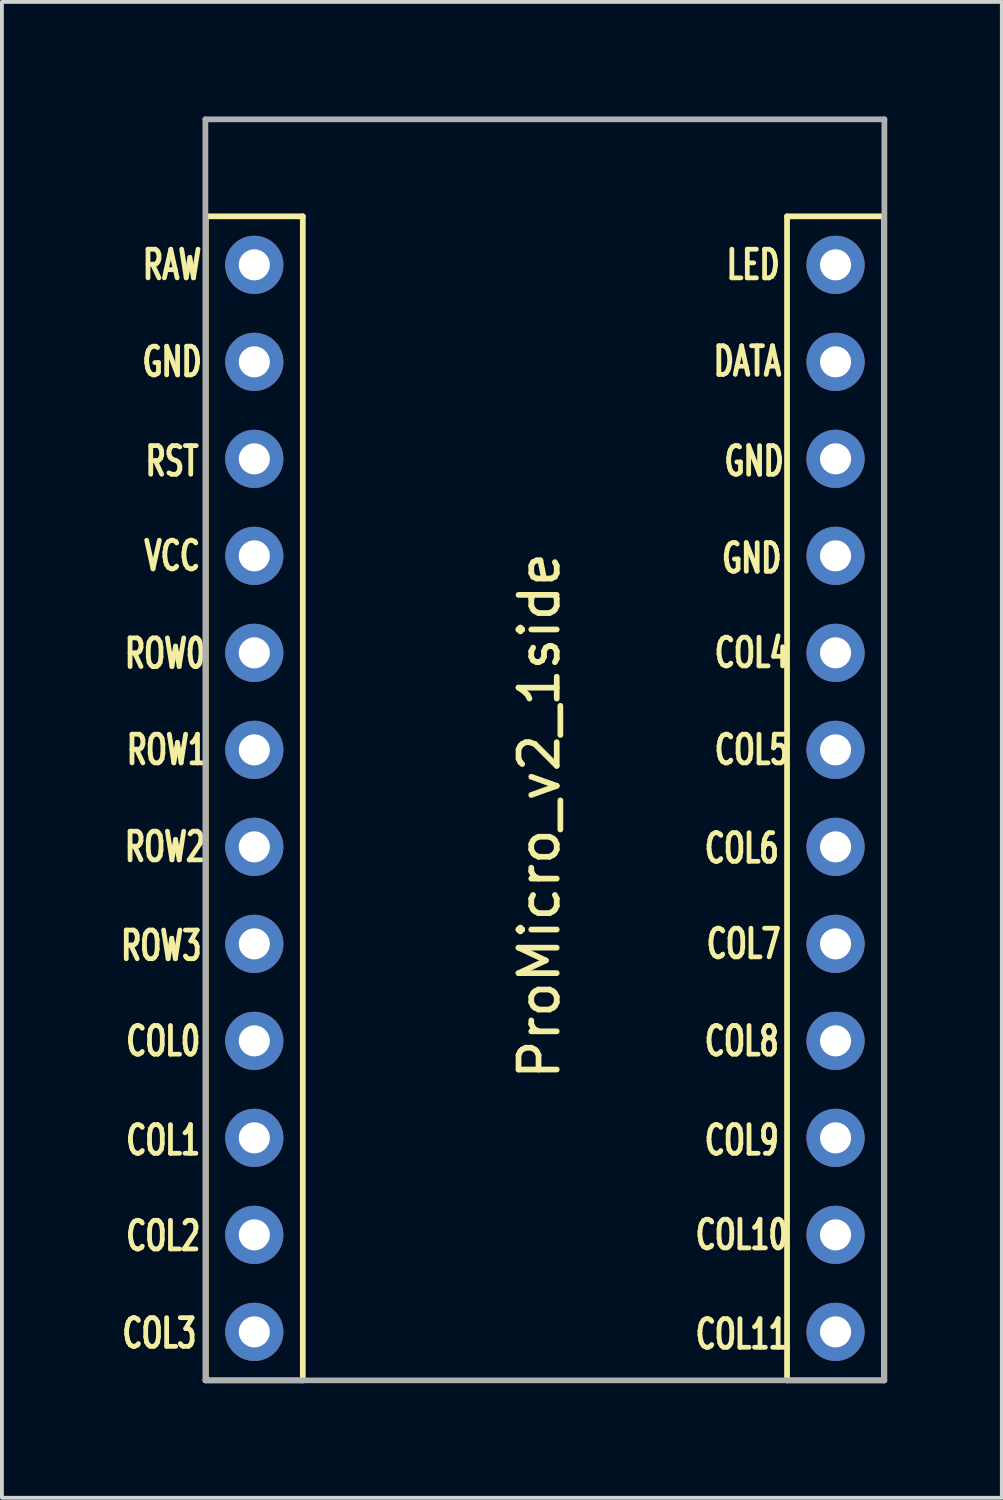
<source format=kicad_pcb>
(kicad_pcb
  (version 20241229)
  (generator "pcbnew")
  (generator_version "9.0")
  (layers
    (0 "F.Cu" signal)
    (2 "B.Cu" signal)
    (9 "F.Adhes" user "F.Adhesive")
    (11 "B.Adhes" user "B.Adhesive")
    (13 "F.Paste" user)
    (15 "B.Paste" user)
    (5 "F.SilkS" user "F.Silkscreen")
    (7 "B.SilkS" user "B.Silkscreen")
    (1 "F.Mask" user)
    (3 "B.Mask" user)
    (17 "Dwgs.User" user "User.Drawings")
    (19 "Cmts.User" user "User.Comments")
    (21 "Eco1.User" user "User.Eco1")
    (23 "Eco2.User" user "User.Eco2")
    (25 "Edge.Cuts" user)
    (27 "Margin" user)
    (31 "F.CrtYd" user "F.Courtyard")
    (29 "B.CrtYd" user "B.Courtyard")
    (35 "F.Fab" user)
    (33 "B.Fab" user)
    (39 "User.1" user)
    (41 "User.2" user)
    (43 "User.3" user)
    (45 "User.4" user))
  (footprint "ProMicro_v2_1side"
    (layer "F.Cu")
    (at 11.173 18.363)
    (property "Reference" "ProMicro_v2_1side" (at -0.1 -0.05 270) (layer "F.SilkS") (effects (font (size 1 1) (thickness 0.15))))
    (attr through_hole)
    (fp_line (start -8.834 -15.748) (end -6.294 -15.748) (stroke (width 0.15) (type solid)) (layer "F.SilkS"))
    (fp_line (start -8.834 14.732) (end -8.834 -15.748) (stroke (width 0.15) (type solid)) (layer "F.SilkS"))
    (fp_line (start -6.294 -15.748) (end -6.294 14.732) (stroke (width 0.15) (type solid)) (layer "F.SilkS"))
    (fp_line (start -6.294 14.732) (end -8.834 14.732) (stroke (width 0.15) (type solid)) (layer "F.SilkS"))
    (fp_line (start 6.386 -15.748) (end 8.926 -15.748) (stroke (width 0.15) (type solid)) (layer "F.SilkS"))
    (fp_line (start 6.386 14.732) (end 6.386 -15.748) (stroke (width 0.15) (type solid)) (layer "F.SilkS"))
    (fp_line (start 8.926 -15.748) (end 8.926 14.732) (stroke (width 0.15) (type solid)) (layer "F.SilkS"))
    (fp_line (start 8.926 14.732) (end 6.386 14.732) (stroke (width 0.15) (type solid)) (layer "F.SilkS"))
    (fp_line (start -8.845 -18.288) (end 8.935 -18.288) (stroke (width 0.15) (type solid)) (layer "F.Fab"))
    (fp_line (start -8.845 14.732) (end -8.845 -18.288) (stroke (width 0.15) (type solid)) (layer "F.Fab"))
    (fp_line (start 8.935 -18.288) (end 8.935 14.732) (stroke (width 0.15) (type solid)) (layer "F.Fab"))
    (fp_line (start 8.935 14.732) (end -8.845 14.732) (stroke (width 0.15) (type solid)) (layer "F.Fab"))
    (fp_text user "RAW" (at -9.716 -14.478 0) (layer "F.SilkS") (effects (font (size 0.75 0.5) (thickness 0.125))))
    (fp_text user "VCC" (at -9.716 -6.858 0) (layer "F.SilkS") (effects (font (size 0.75 0.5) (thickness 0.125))))
    (fp_text user "COL11" (at 5.2 13.525 0) (layer "F.SilkS") (effects (font (size 0.75 0.5) (thickness 0.125))))
    (fp_text user "ROW1" (at -9.85 -1.778 0) (layer "F.SilkS") (effects (font (size 0.75 0.5) (thickness 0.125))))
    (fp_text user "LED" (at 5.5 -14.478 0) (layer "F.SilkS") (effects (font (size 0.75 0.5) (thickness 0.125))))
    (fp_text user "GND" (at 5.461 -6.795 0) (layer "F.SilkS") (effects (font (size 0.75 0.5) (thickness 0.125))))
    (fp_text user "GND" (at 5.524 -9.335 0) (layer "F.SilkS") (effects (font (size 0.75 0.5) (thickness 0.125))))
    (fp_text user "COL7" (at 5.25 3.302 0) (layer "F.SilkS") (effects (font (size 0.75 0.5) (thickness 0.125))))
    (fp_text user "COL9" (at 5.2 8.445 0) (layer "F.SilkS") (effects (font (size 0.75 0.5) (thickness 0.125))))
    (fp_text user "COL10" (at 5.2 10.922 0) (layer "F.SilkS") (effects (font (size 0.75 0.5) (thickness 0.125))))
    (fp_text user "ROW2" (at -9.9 0.762 0) (layer "F.SilkS") (effects (font (size 0.75 0.5) (thickness 0.125))))
    (fp_text user "COL3" (at -10.05 13.5 0) (layer "F.SilkS") (effects (font (size 0.75 0.5) (thickness 0.125))))
    (fp_text user "COL5" (at 5.461 -1.778 0) (layer "F.SilkS") (effects (font (size 0.75 0.5) (thickness 0.125))))
    (fp_text user "DATA" (at 5.35 -11.95 0) (layer "F.SilkS") (effects (font (size 0.75 0.5) (thickness 0.125))))
    (fp_text user "ROW3" (at -10 3.35 0) (layer "F.SilkS") (effects (font (size 0.75 0.5) (thickness 0.125))))
    (fp_text user "RST" (at -9.716 -9.335 0) (layer "F.SilkS") (effects (font (size 0.75 0.5) (thickness 0.125))))
    (fp_text user "GND" (at -9.716 -11.938 0) (layer "F.SilkS") (effects (font (size 0.75 0.5) (thickness 0.125))))
    (fp_text user "" (at -0.5 -17.25 0) (layer "F.SilkS") (effects (font (size 1 1) (thickness 0.15))))
    (fp_text user "COL2" (at -9.95 10.95 0) (layer "F.SilkS") (effects (font (size 0.75 0.5) (thickness 0.125))))
    (fp_text user "COL8" (at 5.2 5.85 0) (layer "F.SilkS") (effects (font (size 0.75 0.5) (thickness 0.125))))
    (fp_text user "COL6" (at 5.2 0.8 0) (layer "F.SilkS") (effects (font (size 0.75 0.5) (thickness 0.125))))
    (fp_text user "ROW0" (at -9.9 -4.3 0) (layer "F.SilkS") (effects (font (size 0.75 0.5) (thickness 0.125))))
    (fp_text user "COL4" (at 5.461 -4.318 0) (layer "F.SilkS") (effects (font (size 0.75 0.5) (thickness 0.125))))
    (fp_text user "COL0" (at -9.95 5.85 0) (layer "F.SilkS") (effects (font (size 0.75 0.5) (thickness 0.125))))
    (fp_text user "COL1" (at -9.95 8.445 0) (layer "F.SilkS") (effects (font (size 0.75 0.5) (thickness 0.125))))
    (fp_text user "" (at -1.206 -16.256 0) (layer "B.SilkS") (effects (font (size 1 1) (thickness 0.15)) (justify mirror)))
    (pad "1" thru_hole circle (at 7.656 -14.478) (size 1.524 1.524) (drill 0.813) (layers "*.Cu" "*.Mask"))
    (pad "2" thru_hole circle (at 7.656 -11.938) (size 1.524 1.524) (drill 0.813) (layers "*.Cu" "*.Mask"))
    (pad "3" thru_hole circle (at 7.656 -9.398) (size 1.524 1.524) (drill 0.813) (layers "*.Cu" "*.Mask"))
    (pad "4" thru_hole circle (at 7.656 -6.858) (size 1.524 1.524) (drill 0.813) (layers "*.Cu" "*.Mask"))
    (pad "5" thru_hole circle (at 7.656 -4.318) (size 1.524 1.524) (drill 0.813) (layers "*.Cu" "*.Mask"))
    (pad "6" thru_hole circle (at 7.656 -1.778) (size 1.524 1.524) (drill 0.813) (layers "*.Cu" "*.Mask"))
    (pad "7" thru_hole circle (at 7.656 0.762) (size 1.524 1.524) (drill 0.813) (layers "*.Cu" "*.Mask"))
    (pad "8" thru_hole circle (at 7.656 3.302) (size 1.524 1.524) (drill 0.813) (layers "*.Cu" "*.Mask"))
    (pad "9" thru_hole circle (at 7.656 5.842) (size 1.524 1.524) (drill 0.813) (layers "*.Cu" "*.Mask"))
    (pad "10" thru_hole circle (at 7.656 8.382) (size 1.524 1.524) (drill 0.813) (layers "*.Cu" "*.Mask"))
    (pad "11" thru_hole circle (at 7.656 10.922) (size 1.524 1.524) (drill 0.813) (layers "*.Cu" "*.Mask"))
    (pad "12" thru_hole circle (at 7.656 13.462) (size 1.524 1.524) (drill 0.813) (layers "*.Cu" "*.Mask"))
    (pad "13" thru_hole circle (at -7.564 13.462) (size 1.524 1.524) (drill 0.813) (layers "*.Cu" "*.Mask"))
    (pad "14" thru_hole circle (at -7.564 10.922) (size 1.524 1.524) (drill 0.813) (layers "*.Cu" "*.Mask"))
    (pad "15" thru_hole circle (at -7.564 8.382) (size 1.524 1.524) (drill 0.813) (layers "*.Cu" "*.Mask"))
    (pad "16" thru_hole circle (at -7.564 5.842) (size 1.524 1.524) (drill 0.813) (layers "*.Cu" "*.Mask"))
    (pad "17" thru_hole circle (at -7.564 3.302) (size 1.524 1.524) (drill 0.813) (layers "*.Cu" "*.Mask"))
    (pad "18" thru_hole circle (at -7.564 0.762) (size 1.524 1.524) (drill 0.813) (layers "*.Cu" "*.Mask"))
    (pad "19" thru_hole circle (at -7.564 -1.778) (size 1.524 1.524) (drill 0.813) (layers "*.Cu" "*.Mask"))
    (pad "20" thru_hole circle (at -7.564 -4.318) (size 1.524 1.524) (drill 0.813) (layers "*.Cu" "*.Mask"))
    (pad "21" thru_hole circle (at -7.564 -6.858) (size 1.524 1.524) (drill 0.813) (layers "*.Cu" "*.Mask"))
    (pad "22" thru_hole circle (at -7.564 -9.398) (size 1.524 1.524) (drill 0.813) (layers "*.Cu" "*.Mask"))
    (pad "23" thru_hole circle (at -7.564 -11.938) (size 1.524 1.524) (drill 0.813) (layers "*.Cu" "*.Mask"))
    (pad "24" thru_hole circle (at -7.564 -14.478) (size 1.524 1.524) (drill 0.813) (layers "*.Cu" "*.Mask")))
  (gr_rect
    (start -3 -3)
    (end 23.183 36.17)
    (stroke (width 0.1) (type default))
    (fill no)
    (layer "Edge.Cuts")))
</source>
